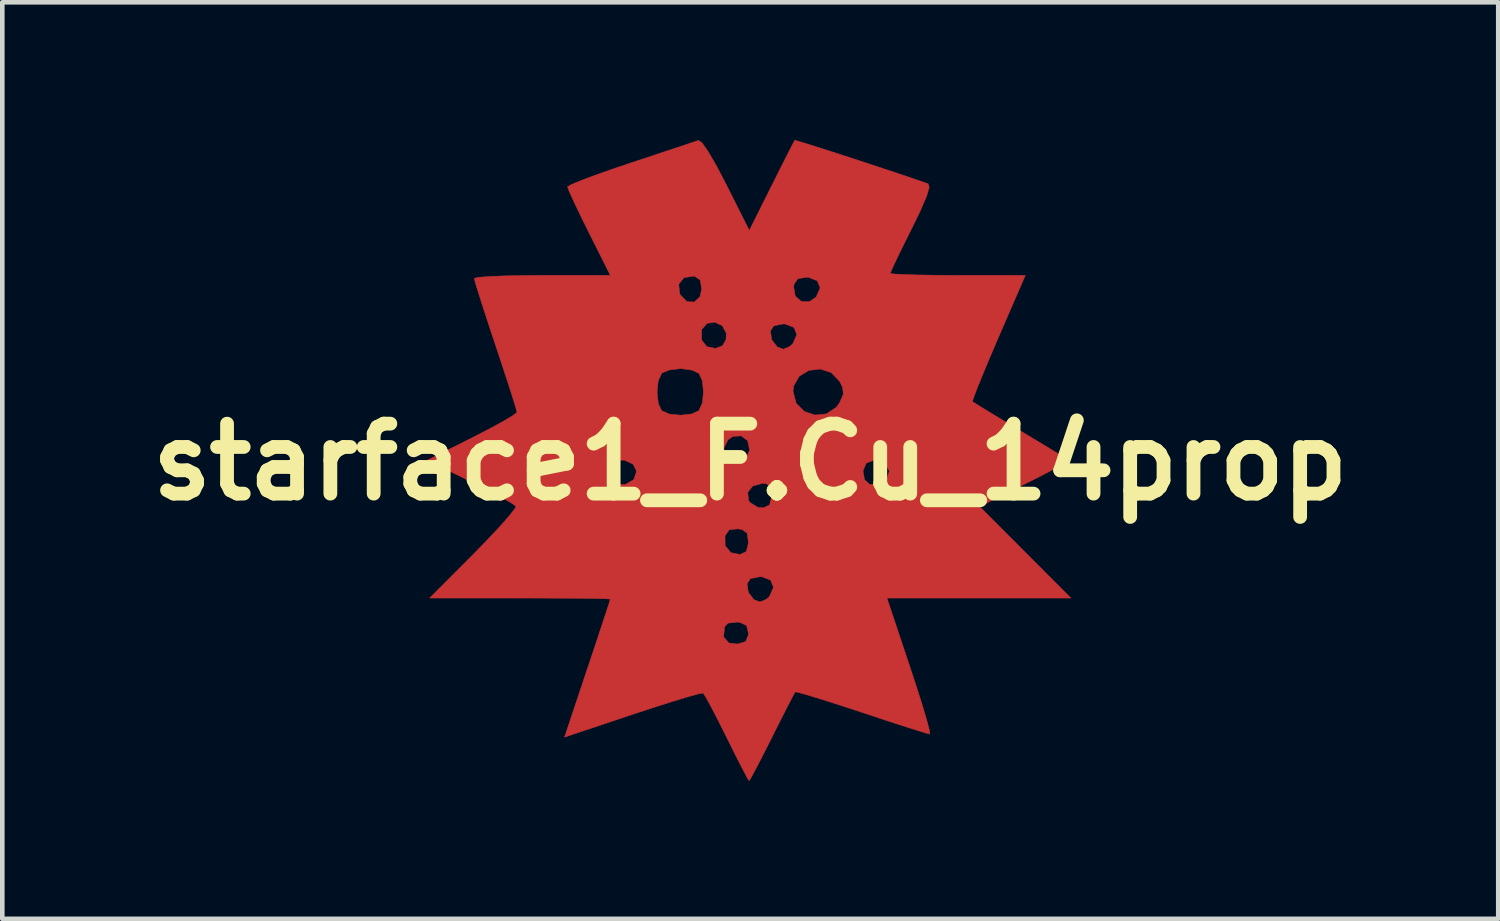
<source format=kicad_pcb>
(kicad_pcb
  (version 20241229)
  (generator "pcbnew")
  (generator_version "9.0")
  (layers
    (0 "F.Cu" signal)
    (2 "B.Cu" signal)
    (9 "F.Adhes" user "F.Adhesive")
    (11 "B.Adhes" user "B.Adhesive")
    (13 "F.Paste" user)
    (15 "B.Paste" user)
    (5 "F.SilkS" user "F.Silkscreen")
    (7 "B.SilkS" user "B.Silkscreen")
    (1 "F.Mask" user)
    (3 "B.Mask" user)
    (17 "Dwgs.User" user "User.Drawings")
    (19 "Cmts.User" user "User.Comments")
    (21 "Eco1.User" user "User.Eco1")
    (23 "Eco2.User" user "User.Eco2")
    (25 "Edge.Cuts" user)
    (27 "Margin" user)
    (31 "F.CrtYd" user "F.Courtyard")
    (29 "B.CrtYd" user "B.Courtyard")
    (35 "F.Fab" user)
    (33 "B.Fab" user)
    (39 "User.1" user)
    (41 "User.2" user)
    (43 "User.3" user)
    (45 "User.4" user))
  (footprint "starface1_F.Cu_14prop"
    (layer "F.Cu")
    (at 13.288 7.01)
    (property "Reference" "starface1_F.Cu_14prop" (at 0 0 0) (layer "F.SilkS") (effects (font (size 1.524 1.524) (thickness 0.3))))
    (attr through_hole)
    (fp_poly (pts (xy 1.048 -6.985) (xy 1.257 -6.921) (xy 1.566 -6.823) (xy 1.942 -6.702) (xy 2.357 -6.567) (xy 2.779 -6.428) (xy 3.176 -6.296) (xy 3.52 -6.18) (xy 3.778 -6.091) (xy 3.875 -6.056) (xy 3.897 -5.98) (xy 3.841 -5.79) (xy 3.706 -5.475) (xy 3.515 -5.083) (xy 3.336 -4.723) (xy 3.189 -4.42) (xy 3.088 -4.205) (xy 3.048 -4.109) (xy 3.048 -4.108) (xy 3.128 -4.094) (xy 3.35 -4.081) (xy 3.688 -4.072) (xy 4.113 -4.066) (xy 4.519 -4.064) (xy 5.99 -4.064) (xy 5.4 -2.703) (xy 5.211 -2.261) (xy 5.05 -1.875) (xy 4.928 -1.572) (xy 4.855 -1.377) (xy 4.84 -1.315) (xy 4.919 -1.264) (xy 5.116 -1.142) (xy 5.405 -0.967) (xy 5.758 -0.754) (xy 5.884 -0.677) (xy 6.253 -0.455) (xy 6.566 -0.265) (xy 6.798 -0.123) (xy 6.92 -0.046) (xy 6.931 -0.038) (xy 6.872 0.008) (xy 6.687 0.114) (xy 6.405 0.264) (xy 6.052 0.444) (xy 5.978 0.481) (xy 4.995 0.971) (xy 5.989 1.967) (xy 6.982 2.963) (xy 2.976 2.963) (xy 3.471 4.445) (xy 3.625 4.912) (xy 3.753 5.319) (xy 3.848 5.64) (xy 3.902 5.851) (xy 3.91 5.927) (xy 3.815 5.901) (xy 3.586 5.83) (xy 3.25 5.723) (xy 2.835 5.587) (xy 2.429 5.452) (xy 1.969 5.301) (xy 1.568 5.173) (xy 1.251 5.076) (xy 1.046 5.019) (xy 0.978 5.008) (xy 0.932 5.091) (xy 0.826 5.295) (xy 0.675 5.592) (xy 0.494 5.951) (xy 0.475 5.99) (xy 0.293 6.35) (xy 0.139 6.648) (xy 0.029 6.855) (xy -0.023 6.942) (xy -0.025 6.943) (xy -0.069 6.871) (xy -0.172 6.677) (xy -0.32 6.388) (xy -0.496 6.034) (xy -0.511 6.004) (xy -0.692 5.642) (xy -0.849 5.339) (xy -0.965 5.126) (xy -1.024 5.033) (xy -1.025 5.032) (xy -1.118 5.048) (xy -1.345 5.11) (xy -1.68 5.211) (xy -2.097 5.344) (xy -2.561 5.496) (xy -4.045 5.993) (xy -3.547 4.502) (xy -3.389 4.031) (xy -3.316 3.81) (xy -0.58 3.81) (xy -0.464 3.942) (xy -0.276 3.964) (xy -0.101 3.91) (xy -0.044 3.773) (xy -0.042 3.725) (xy -0.079 3.563) (xy -0.223 3.494) (xy -0.276 3.487) (xy -0.486 3.511) (xy -0.56 3.593) (xy -0.58 3.81) (xy -3.316 3.81) (xy -3.253 3.618) (xy -3.144 3.29) (xy -3.073 3.071) (xy -3.048 2.987) (xy -3.129 2.98) (xy -3.355 2.974) (xy -3.704 2.969) (xy -4.152 2.966) (xy -4.675 2.964) (xy -5.015 2.963) (xy -6.982 2.963) (xy -6.67 2.65) (xy -0.069 2.65) (xy -0.041 2.842) (xy 0.08 2.998) (xy 0.212 3.048) (xy 0.352 2.989) (xy 0.42 2.925) (xy 0.506 2.729) (xy 0.443 2.573) (xy 0.252 2.499) (xy 0.212 2.498) (xy 0.005 2.539) (xy -0.069 2.65) (xy -6.67 2.65) (xy -6.02 1.999) (xy -5.699 1.669) (xy -5.642 1.608) (xy -0.55 1.608) (xy -0.547 1.822) (xy -0.422 1.975) (xy -0.219 2.015) (xy -0.087 1.95) (xy -0.043 1.779) (xy -0.042 1.736) (xy -0.069 1.549) (xy -0.178 1.471) (xy -0.268 1.456) (xy -0.456 1.475) (xy -0.55 1.608) (xy -5.642 1.608) (xy -5.428 1.379) (xy -5.229 1.15) (xy -5.118 1.003) (xy -5.104 0.962) (xy -5.194 0.898) (xy -5.405 0.778) (xy -5.625 0.662) (xy -0.055 0.662) (xy -0.037 0.835) (xy -0.002 0.886) (xy 0.169 0.989) (xy 0.289 0.999) (xy 0.421 0.934) (xy 0.465 0.763) (xy 0.466 0.72) (xy 0.442 0.538) (xy 0.345 0.471) (xy 0.263 0.466) (xy 0.055 0.523) (xy -0.055 0.662) (xy -5.625 0.662) (xy -5.707 0.619) (xy -6.068 0.436) (xy -6.091 0.425) (xy -6.555 0.197) (xy -3.049 0.197) (xy -3.015 0.386) (xy -2.901 0.49) (xy -2.723 0.492) (xy -2.552 0.393) (xy -2.534 0.374) (xy -2.475 0.202) (xy -2.478 0.197) (xy 2.455 0.197) (xy 2.488 0.386) (xy 2.603 0.49) (xy 2.781 0.492) (xy 2.952 0.393) (xy 2.969 0.374) (xy 3.028 0.202) (xy 2.951 0.049) (xy 2.77 -0.037) (xy 2.701 -0.042) (xy 2.526 0.024) (xy 2.455 0.197) (xy -2.478 0.197) (xy -2.552 0.049) (xy -2.733 -0.037) (xy -2.802 -0.042) (xy -2.978 0.024) (xy -3.049 0.197) (xy -6.555 0.197) (xy -7.032 -0.039) (xy -6.508 -0.301) (xy -0.577 -0.301) (xy -0.537 -0.129) (xy -0.39 -0.024) (xy -0.268 -0.016) (xy -0.089 -0.081) (xy -0.018 -0.251) (xy -0.016 -0.268) (xy -0.058 -0.465) (xy -0.198 -0.569) (xy -0.382 -0.555) (xy -0.484 -0.484) (xy -0.577 -0.301) (xy -6.508 -0.301) (xy -6.056 -0.528) (xy -5.691 -0.716) (xy -5.387 -0.881) (xy -5.175 -1.007) (xy -5.082 -1.078) (xy -5.08 -1.083) (xy -5.106 -1.181) (xy -5.177 -1.412) (xy -5.21 -1.517) (xy -2.029 -1.517) (xy -2.002 -1.272) (xy -1.93 -1.118) (xy -1.763 -1.043) (xy -1.517 -1.019) (xy -1.272 -1.046) (xy -1.118 -1.118) (xy -1.043 -1.285) (xy -1.019 -1.531) (xy -1.02 -1.539) (xy 0.931 -1.539) (xy 1 -1.278) (xy 1.175 -1.102) (xy 1.41 -1.022) (xy 1.659 -1.048) (xy 1.875 -1.192) (xy 1.945 -1.291) (xy 2.027 -1.476) (xy 2.01 -1.627) (xy 1.945 -1.757) (xy 1.761 -1.948) (xy 1.522 -2.024) (xy 1.275 -1.994) (xy 1.067 -1.868) (xy 0.946 -1.656) (xy 0.931 -1.539) (xy -1.02 -1.539) (xy -1.046 -1.776) (xy -1.118 -1.93) (xy -1.266 -1.999) (xy -1.494 -2.032) (xy -1.524 -2.032) (xy -1.756 -2.005) (xy -1.919 -1.94) (xy -1.93 -1.93) (xy -2.005 -1.763) (xy -2.029 -1.517) (xy -5.21 -1.517) (xy -5.285 -1.749) (xy -5.421 -2.164) (xy -5.546 -2.54) (xy -5.585 -2.659) (xy -1.061 -2.659) (xy -0.946 -2.511) (xy -0.757 -2.473) (xy -0.606 -2.53) (xy -0.529 -2.661) (xy -0.522 -2.804) (xy -0.548 -2.853) (xy 0.439 -2.853) (xy 0.467 -2.661) (xy 0.588 -2.505) (xy 0.72 -2.455) (xy 0.86 -2.515) (xy 0.928 -2.578) (xy 1.014 -2.774) (xy 0.951 -2.93) (xy 0.76 -3.004) (xy 0.72 -3.006) (xy 0.513 -2.965) (xy 0.439 -2.853) (xy -0.548 -2.853) (xy -0.609 -2.968) (xy -0.77 -3.043) (xy -0.94 -3.019) (xy -1.056 -2.887) (xy -1.058 -2.88) (xy -1.061 -2.659) (xy -5.585 -2.659) (xy -5.698 -2.998) (xy -5.829 -3.401) (xy -5.931 -3.72) (xy -5.977 -3.871) (xy -1.557 -3.871) (xy -1.537 -3.668) (xy -1.524 -3.641) (xy -1.379 -3.492) (xy -1.218 -3.483) (xy -1.094 -3.6) (xy -1.058 -3.768) (xy -1.067 -3.82) (xy 0.945 -3.82) (xy 0.979 -3.613) (xy 1.112 -3.495) (xy 1.29 -3.491) (xy 1.436 -3.594) (xy 1.522 -3.79) (xy 1.46 -3.946) (xy 1.268 -4.02) (xy 1.227 -4.022) (xy 1.037 -3.992) (xy 0.957 -3.879) (xy 0.945 -3.82) (xy -1.067 -3.82) (xy -1.09 -3.962) (xy -1.205 -4.041) (xy -1.235 -4.047) (xy -1.445 -4.013) (xy -1.557 -3.871) (xy -5.977 -3.871) (xy -5.994 -3.928) (xy -6.011 -3.998) (xy -5.931 -4.019) (xy -5.709 -4.038) (xy -5.371 -4.052) (xy -4.946 -4.061) (xy -4.529 -4.064) (xy -3.047 -4.064) (xy -3.513 -4.994) (xy -3.692 -5.356) (xy -3.839 -5.664) (xy -3.94 -5.886) (xy -3.979 -5.989) (xy -3.979 -5.991) (xy -3.903 -6.038) (xy -3.692 -6.127) (xy -3.371 -6.247) (xy -2.968 -6.389) (xy -2.603 -6.512) (xy -2.144 -6.664) (xy -1.738 -6.799) (xy -1.413 -6.907) (xy -1.198 -6.979) (xy -1.126 -7.004) (xy -1.048 -6.947) (xy -0.913 -6.753) (xy -0.732 -6.442) (xy -0.523 -6.041) (xy -0.021 -5.041) (xy 0.465 -6.013) (xy 0.648 -6.379) (xy 0.803 -6.685) (xy 0.914 -6.903) (xy 0.966 -7.002) (xy 0.968 -7.005) (xy 1.048 -6.985)) (stroke (width 0.01) (type solid)) (fill yes) (layer "F.Cu")))
  (gr_rect
    (start -3 -3)
    (end 29.576 16.958)
    (stroke (width 0.1) (type default))
    (fill no)
    (layer "Edge.Cuts")))
</source>
